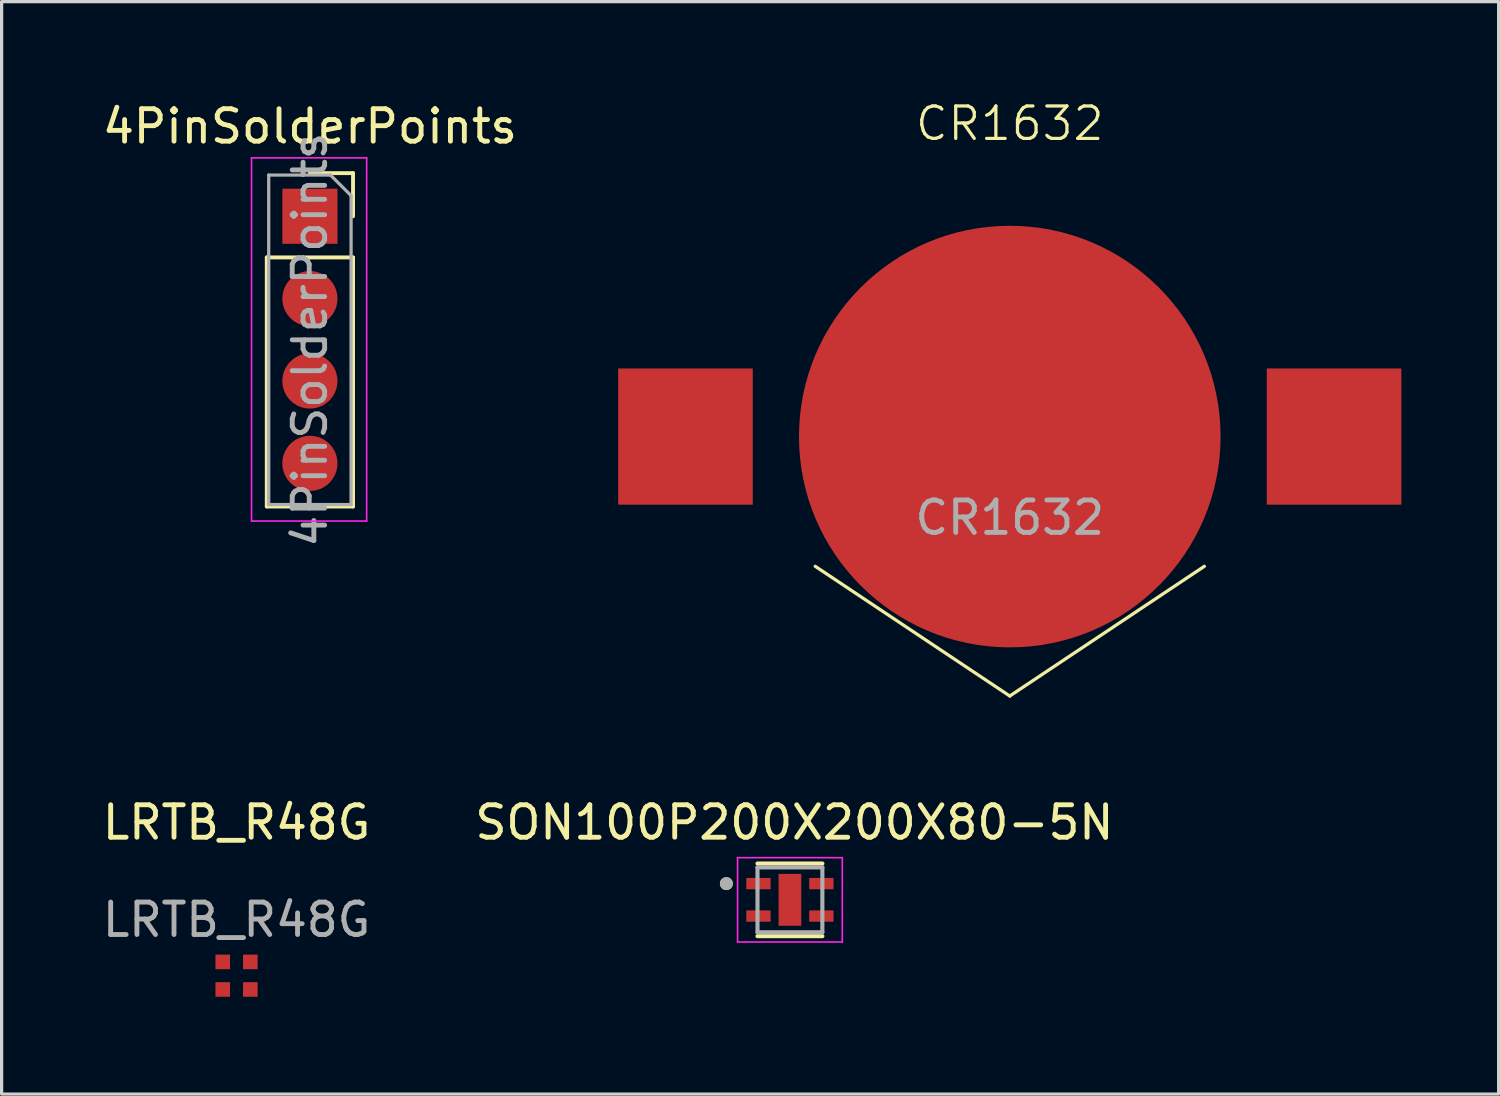
<source format=kicad_pcb>
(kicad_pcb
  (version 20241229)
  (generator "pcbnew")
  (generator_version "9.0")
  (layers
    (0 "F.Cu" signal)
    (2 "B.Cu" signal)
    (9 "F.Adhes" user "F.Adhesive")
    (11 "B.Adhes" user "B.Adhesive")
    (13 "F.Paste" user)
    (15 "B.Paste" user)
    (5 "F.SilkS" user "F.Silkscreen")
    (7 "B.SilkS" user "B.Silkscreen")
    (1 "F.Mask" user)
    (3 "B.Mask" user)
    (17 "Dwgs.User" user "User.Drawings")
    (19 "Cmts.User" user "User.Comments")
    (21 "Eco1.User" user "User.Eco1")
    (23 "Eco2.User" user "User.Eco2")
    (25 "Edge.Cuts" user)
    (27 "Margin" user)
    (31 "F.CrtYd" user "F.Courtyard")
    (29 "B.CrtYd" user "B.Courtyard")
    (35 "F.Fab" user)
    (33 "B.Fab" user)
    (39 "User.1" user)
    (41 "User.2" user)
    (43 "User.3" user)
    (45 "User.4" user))
  (footprint "4PinSolderPoints"
    (layer "F.Cu")
    (at 6.506 3.618)
    (property "Reference" "4PinSolderPoints" (at 0 -2.77 0) (layer "F.SilkS") (effects (font (size 1 1) (thickness 0.15))))
    (attr through_hole)
    (fp_line (start -1.33 1.27) (end -1.33 8.95) (stroke (width 0.12) (type solid)) (layer "F.SilkS"))
    (fp_line (start -1.33 1.27) (end 1.33 1.27) (stroke (width 0.12) (type solid)) (layer "F.SilkS"))
    (fp_line (start -1.33 8.95) (end 1.33 8.95) (stroke (width 0.12) (type solid)) (layer "F.SilkS"))
    (fp_line (start 0 -1.33) (end 1.33 -1.33) (stroke (width 0.12) (type solid)) (layer "F.SilkS"))
    (fp_line (start 1.33 -1.33) (end 1.33 0) (stroke (width 0.12) (type solid)) (layer "F.SilkS"))
    (fp_line (start 1.33 1.27) (end 1.33 8.95) (stroke (width 0.12) (type solid)) (layer "F.SilkS"))
    (fp_line (start -1.8 -1.8) (end 1.75 -1.8) (stroke (width 0.05) (type solid)) (layer "F.CrtYd"))
    (fp_line (start -1.8 9.4) (end -1.8 -1.8) (stroke (width 0.05) (type solid)) (layer "F.CrtYd"))
    (fp_line (start 1.75 -1.8) (end 1.75 9.4) (stroke (width 0.05) (type solid)) (layer "F.CrtYd"))
    (fp_line (start 1.75 9.4) (end -1.8 9.4) (stroke (width 0.05) (type solid)) (layer "F.CrtYd"))
    (fp_line (start -1.27 -1.27) (end 0.635 -1.27) (stroke (width 0.1) (type solid)) (layer "F.Fab"))
    (fp_line (start -1.27 8.89) (end -1.27 -1.27) (stroke (width 0.1) (type solid)) (layer "F.Fab"))
    (fp_line (start 0.635 -1.27) (end 1.27 -0.635) (stroke (width 0.1) (type solid)) (layer "F.Fab"))
    (fp_line (start 1.27 -0.635) (end 1.27 8.89) (stroke (width 0.1) (type solid)) (layer "F.Fab"))
    (fp_line (start 1.27 8.89) (end -1.27 8.89) (stroke (width 0.1) (type solid)) (layer "F.Fab"))
    (fp_text user "${REFERENCE}" (at 0 3.81 90) (layer "F.Fab") (effects (font (size 1 1) (thickness 0.15))))
    (pad "1" smd rect (at 0 0) (size 1.7 1.7) (layers "F.Cu" "F.Mask" "F.Paste"))
    (pad "2" smd oval (at 0 2.54) (size 1.7 1.7) (layers "F.Cu" "F.Mask" "F.Paste"))
    (pad "3" smd oval (at 0 5.08) (size 1.7 1.7) (layers "F.Cu" "F.Mask" "F.Paste"))
    (pad "4" smd oval (at 0 7.62) (size 1.7 1.7) (layers "F.Cu" "F.Mask" "F.Paste")))
  (footprint "LRTB_R48G"
    (layer "F.Cu")
    (at 4.244 22.811)
    (property "Reference" "LRTB_R48G" (at 0 -0.5 0) (unlocked yes) (layer "F.SilkS") (effects (font (size 1 1) (thickness 0.15))))
    (attr smd)
    (fp_text user "${REFERENCE}" (at 0 2.5 0) (unlocked yes) (layer "F.Fab") (effects (font (size 1 1) (thickness 0.15))))
    (pad "1" smd rect (at 0.425 3.8) (size 0.45 0.45) (layers "F.Cu" "F.Mask" "F.Paste"))
    (pad "2" smd rect (at 0.425 4.65) (size 0.45 0.45) (layers "F.Cu" "F.Mask" "F.Paste"))
    (pad "3" smd rect (at -0.425 4.65) (size 0.45 0.45) (layers "F.Cu" "F.Mask" "F.Paste"))
    (pad "4" smd rect (at -0.425 3.8) (size 0.45 0.45) (layers "F.Cu" "F.Mask" "F.Paste")))
  (footprint "SON100P200X200X80-5N"
    (layer "F.Cu")
    (at 21.308 24.697)
    (property "Reference" "SON100P200X200X80-5N" (at 0.138 -2.386 0) (layer "F.SilkS") (effects (font (size 1 1) (thickness 0.15))))
    (attr smd)
    (fp_line (start -1 -1.12) (end 1 -1.12) (stroke (width 0.127) (type solid)) (layer "F.SilkS"))
    (fp_line (start -1 1.12) (end 1 1.12) (stroke (width 0.127) (type solid)) (layer "F.SilkS"))
    (fp_circle (center -1.96 -0.5) (end -1.86 -0.5) (stroke (width 0.2) (type solid)) (fill no) (layer "F.SilkS"))
    (fp_line (start -1.615 -1.3) (end -1.615 1.3) (stroke (width 0.05) (type solid)) (layer "F.CrtYd"))
    (fp_line (start -1.615 -1.3) (end 1.615 -1.3) (stroke (width 0.05) (type solid)) (layer "F.CrtYd"))
    (fp_line (start -1.615 1.3) (end 1.615 1.3) (stroke (width 0.05) (type solid)) (layer "F.CrtYd"))
    (fp_line (start 1.615 -1.3) (end 1.615 1.3) (stroke (width 0.05) (type solid)) (layer "F.CrtYd"))
    (fp_line (start -1 -1) (end -1 1) (stroke (width 0.127) (type solid)) (layer "F.Fab"))
    (fp_line (start -1 -1) (end 1 -1) (stroke (width 0.127) (type solid)) (layer "F.Fab"))
    (fp_line (start -1 1) (end 1 1) (stroke (width 0.127) (type solid)) (layer "F.Fab"))
    (fp_line (start 1 -1) (end 1 1) (stroke (width 0.127) (type solid)) (layer "F.Fab"))
    (fp_circle (center -1.96 -0.5) (end -1.86 -0.5) (stroke (width 0.2) (type solid)) (fill no) (layer "F.Fab"))
    (pad "1" smd roundrect (at -0.97 -0.5) (size 0.75 0.35) (layers "F.Cu" "F.Mask" "F.Paste") (roundrect_rratio 0.04))
    (pad "2" smd roundrect (at -0.97 0.5) (size 0.75 0.35) (layers "F.Cu" "F.Mask" "F.Paste") (roundrect_rratio 0.04))
    (pad "3" smd roundrect (at 0.97 0.5) (size 0.75 0.35) (layers "F.Cu" "F.Mask" "F.Paste") (roundrect_rratio 0.04))
    (pad "4" smd roundrect (at 0.97 -0.5) (size 0.75 0.35) (layers "F.Cu" "F.Mask" "F.Paste") (roundrect_rratio 0.04))
    (pad "5" smd rect (at 0 0) (size 0.7 1.6) (layers "F.Cu" "F.Mask" "F.Paste")))
  (footprint "CR1632"
    (layer "F.Cu")
    (at 28.087 10.412)
    (property "Reference" "CR1632" (at 0 -9.652 0) (unlocked yes) (layer "F.SilkS") (effects (font (size 1 1) (thickness 0.1))))
    (attr smd)
    (fp_line (start 0 8) (end -6 4) (stroke (width 0.1) (type default)) (layer "F.SilkS"))
    (fp_line (start 6 4) (end 0 8) (stroke (width 0.1) (type default)) (layer "F.SilkS"))
    (fp_text user "${REFERENCE}" (at 0 2.5 0) (unlocked yes) (layer "F.Fab") (effects (font (size 1 1) (thickness 0.15))))
    (pad "1" smd rect (at -10 0) (size 4.15 4.2) (layers "F.Cu" "F.Mask" "F.Paste"))
    (pad "1" smd rect (at 10 0) (size 4.15 4.2) (layers "F.Cu" "F.Mask" "F.Paste"))
    (pad "2" smd circle (at 0 0) (size 13 13) (layers "F.Cu" "F.Mask" "F.Paste")))
  (gr_rect
    (start -3 -3)
    (end 43.162 30.686)
    (stroke (width 0.1) (type default))
    (fill no)
    (layer "Edge.Cuts")))
</source>
